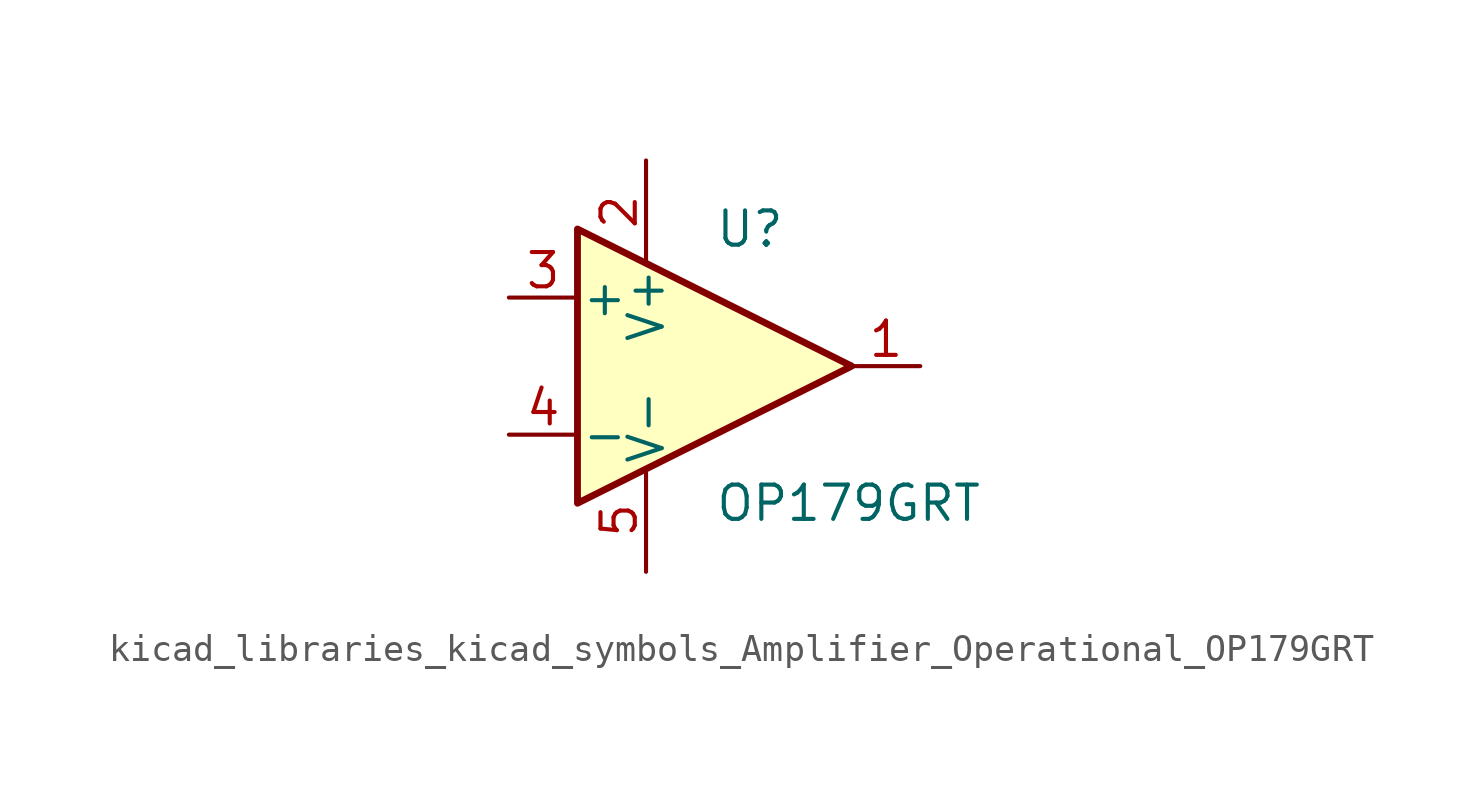
<source format=kicad_sym>
(kicad_symbol_lib
  (version 20220914)
  (generator kicad_symbol_editor)
  (symbol "kicad_libraries_kicad_symbols_Amplifier_Operational_OP179GRT"
    (pin_names
      (offset 0.127))
    (property "Reference" "U"
      (at 0 5.08 0)
      (effects (font (size 1.27 1.27)) (justify left)))
    (property "Value" "OP179GRT"
      (at 0 -5.08 0)
      (effects (font (size 1.27 1.27)) (justify left)))
    (symbol "kicad_libraries_kicad_symbols_Amplifier_Operational_OP179GRT_0_1"
      (polyline (pts (xy -5.08 5.08) (xy 5.08 0) (xy -5.08 -5.08) (xy -5.08 5.08)) (stroke (width 0.254) (type default)) (fill (type background)))
      (pin power_in line (at -2.54 7.62 270) (length 3.81) (name "V+" (effects (font (size 1.27 1.27)))) (number "2" (effects (font (size 1.27 1.27)))))
      (pin power_in line (at -2.54 -7.62 90) (length 3.81) (name "V-" (effects (font (size 1.27 1.27)))) (number "5" (effects (font (size 1.27 1.27))))))
    (symbol "kicad_libraries_kicad_symbols_Amplifier_Operational_OP179GRT_1_1"
      (pin output line (at 7.62 0 180) (length 2.54) (name "~" (effects (font (size 1.27 1.27)))) (number "1" (effects (font (size 1.27 1.27)))))
      (pin input line (at -7.62 2.54 0) (length 2.54) (name "+" (effects (font (size 1.27 1.27)))) (number "3" (effects (font (size 1.27 1.27)))))
      (pin input line (at -7.62 -2.54 0) (length 2.54) (name "-" (effects (font (size 1.27 1.27)))) (number "4" (effects (font (size 1.27 1.27))))))))
</source>
